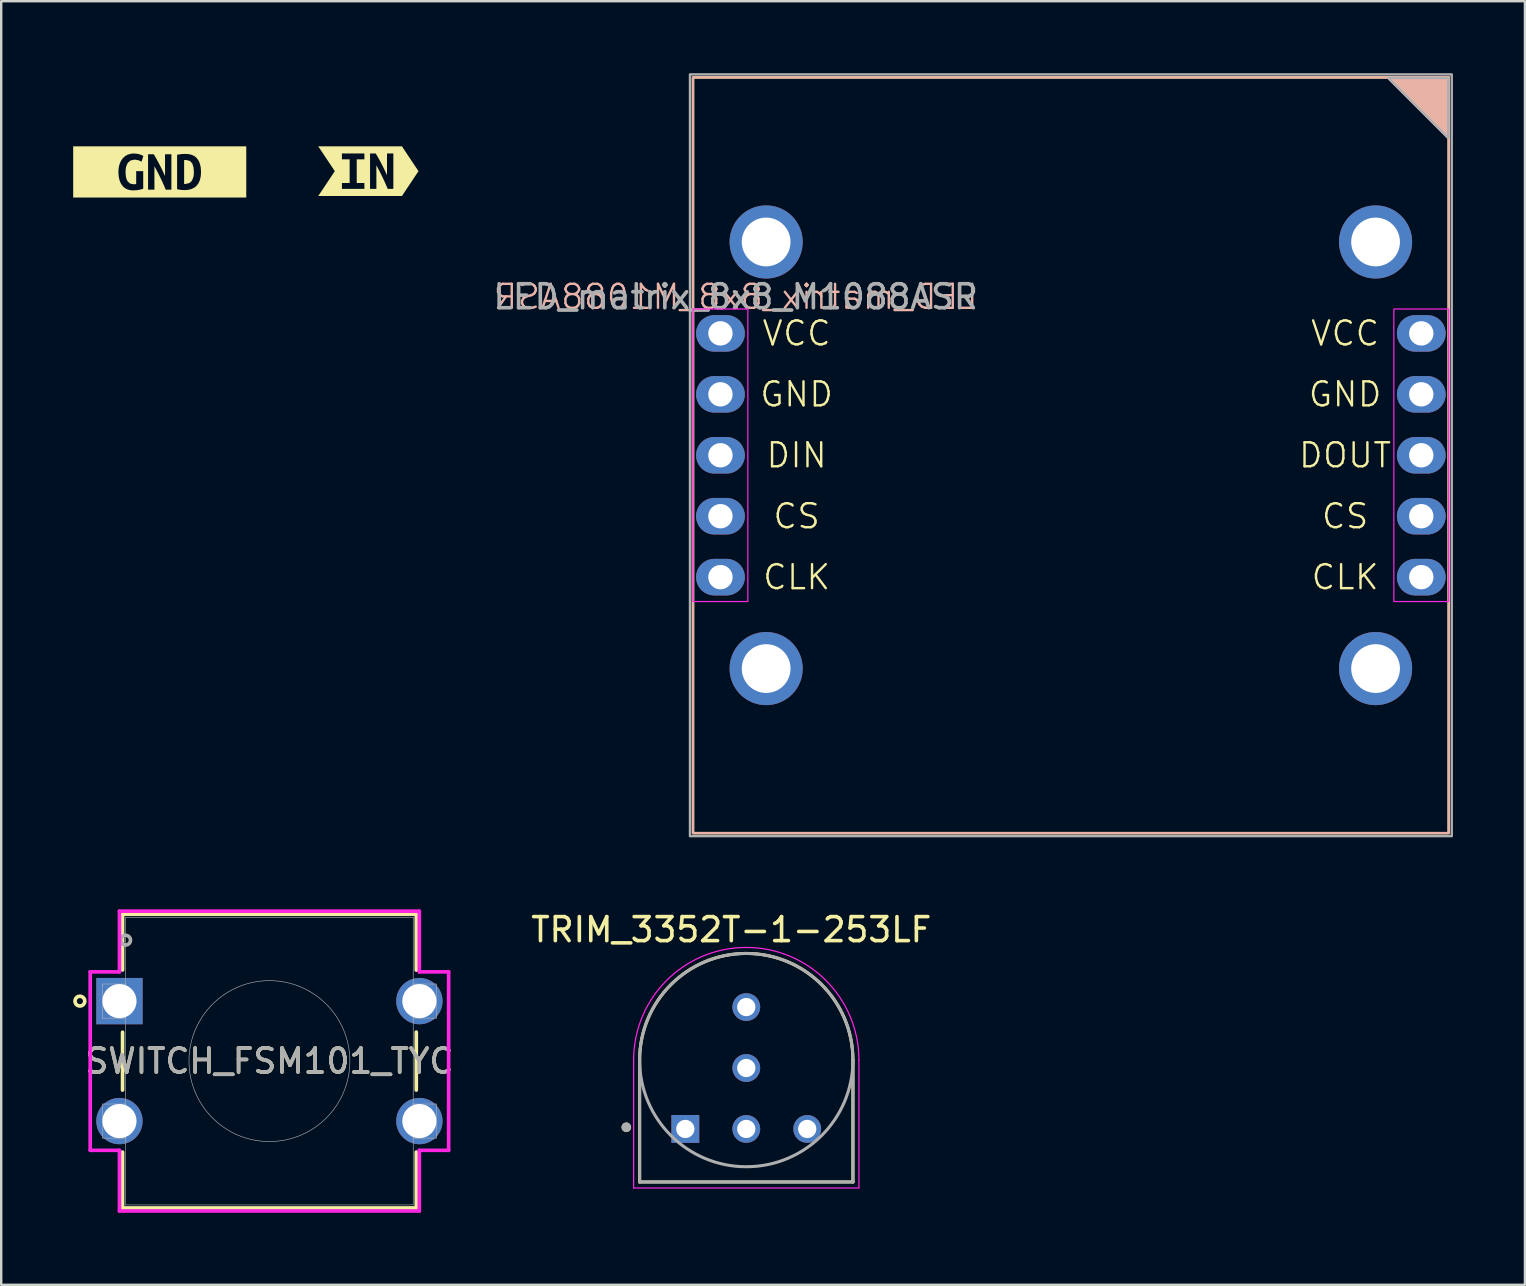
<source format=kicad_pcb>
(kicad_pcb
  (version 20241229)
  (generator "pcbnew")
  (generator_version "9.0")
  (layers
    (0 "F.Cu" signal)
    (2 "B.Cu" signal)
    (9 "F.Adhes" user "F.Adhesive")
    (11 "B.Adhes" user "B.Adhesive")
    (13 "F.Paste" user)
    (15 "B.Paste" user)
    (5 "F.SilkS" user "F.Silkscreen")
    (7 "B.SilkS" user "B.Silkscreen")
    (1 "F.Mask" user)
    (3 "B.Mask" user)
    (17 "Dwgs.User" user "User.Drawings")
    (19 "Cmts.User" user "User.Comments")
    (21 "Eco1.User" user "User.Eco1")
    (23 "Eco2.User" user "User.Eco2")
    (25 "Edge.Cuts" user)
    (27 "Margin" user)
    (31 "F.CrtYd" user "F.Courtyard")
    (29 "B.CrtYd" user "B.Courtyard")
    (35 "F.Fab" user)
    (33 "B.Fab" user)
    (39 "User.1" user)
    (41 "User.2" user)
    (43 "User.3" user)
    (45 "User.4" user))
  (footprint "LED_matrix_8x8_M1088ASR"
    (layer "F.Cu")
    (at 41.582 15.925)
    (property "Reference" "LED_matrix_8x8_M1088ASR" (at -13.97 -6.604 0) (unlocked yes) (layer "F.SilkS") (effects (font (size 1 1) (thickness 0.1))))
    (attr smd)
    (fp_rect (start 15.748 15.748) (end -15.748 -15.748) (stroke (width 0.1) (type default)) (fill no) (layer "F.SilkS"))
    (fp_poly (pts (xy 15.748 -15.748) (xy 15.748 -14.732) (xy 14.732 -15.748)) (stroke (width 0.1) (type solid)) (fill yes) (layer "F.SilkS"))
    (fp_rect (start 15.748 15.748) (end -15.748 -15.748) (stroke (width 0.1) (type default)) (fill no) (layer "B.SilkS"))
    (fp_poly (pts (xy 15.748 -13.208) (xy 15.748 -15.748) (xy 13.208 -15.748)) (stroke (width 0.1) (type solid)) (fill yes) (layer "B.SilkS"))
    (fp_rect (start -15.748 -6.096) (end -13.462 6.096) (stroke (width 0.05) (type default)) (fill no) (layer "F.CrtYd"))
    (fp_rect (start 13.462 -6.096) (end 15.748 6.096) (stroke (width 0.05) (type default)) (fill no) (layer "F.CrtYd"))
    (fp_rect (start 15.875 15.875) (end -15.875 -15.875) (stroke (width 0.1) (type default)) (fill no) (layer "F.Fab"))
    (fp_poly (pts (xy 15.728 -15.728) (xy 15.728 -13.228) (xy 13.228 -15.728)) (stroke (width 0.1) (type solid)) (fill no) (layer "F.Fab"))
    (fp_text user "CLK" (at 11.43 5.08 0) (unlocked yes) (layer "F.SilkS") (effects (font (size 1 1) (thickness 0.1))))
    (fp_text user "VCC" (at -11.43 -5.08 0) (unlocked yes) (layer "F.SilkS") (effects (font (size 1 1) (thickness 0.1))))
    (fp_text user "DOUT" (at 11.43 0 0) (unlocked yes) (layer "F.SilkS") (effects (font (size 1 1) (thickness 0.1))))
    (fp_text user "CLK" (at -11.43 5.08 0) (unlocked yes) (layer "F.SilkS") (effects (font (size 1 1) (thickness 0.1))))
    (fp_text user "DIN" (at -11.43 0 0) (unlocked yes) (layer "F.SilkS") (effects (font (size 1 1) (thickness 0.1))))
    (fp_text user "VCC" (at 11.43 -5.08 0) (unlocked yes) (layer "F.SilkS") (effects (font (size 1 1) (thickness 0.1))))
    (fp_text user "GND" (at 11.43 -2.54 0) (unlocked yes) (layer "F.SilkS") (effects (font (size 1 1) (thickness 0.1))))
    (fp_text user "CS" (at 11.43 2.54 0) (unlocked yes) (layer "F.SilkS") (effects (font (size 1 1) (thickness 0.1))))
    (fp_text user "CS" (at -11.43 2.54 0) (unlocked yes) (layer "F.SilkS") (effects (font (size 1 1) (thickness 0.1))))
    (fp_text user "GND" (at -11.43 -2.54 0) (unlocked yes) (layer "F.SilkS") (effects (font (size 1 1) (thickness 0.1))))
    (fp_text user "${REFERENCE}" (at -13.97 -6.604 0) (unlocked yes) (layer "B.SilkS") (effects (font (size 1 1) (thickness 0.1)) (justify mirror)))
    (fp_text user "${REFERENCE}" (at -13.97 -6.604 0) (unlocked yes) (layer "F.Fab") (effects (font (size 1 1) (thickness 0.15))))
    (pad "" np_thru_hole circle (at -12.7 -8.89) (size 3.048 3.048) (drill 2.032) (layers "*.Cu" "*.Mask"))
    (pad "" np_thru_hole circle (at -12.7 8.89) (size 3.048 3.048) (drill 2.032) (layers "*.Cu" "*.Mask"))
    (pad "" np_thru_hole circle (at 12.7 -8.89) (size 3.048 3.048) (drill 2.032) (layers "*.Cu" "*.Mask"))
    (pad "" np_thru_hole circle (at 12.7 8.89) (size 3.048 3.048) (drill 2.032) (layers "*.Cu" "*.Mask"))
    (pad "CLK" thru_hole oval (at -14.605 5.08 180) (size 2.032 1.524) (drill 1.016) (layers "*.Cu" "*.Mask"))
    (pad "CLK" thru_hole oval (at 14.605 5.08 180) (size 2.032 1.524) (drill 1.016) (layers "*.Cu" "*.Mask"))
    (pad "CS" thru_hole oval (at -14.605 2.54 180) (size 2.032 1.524) (drill 1.016) (layers "*.Cu" "*.Mask"))
    (pad "CS" thru_hole oval (at 14.605 2.54 180) (size 2.032 1.524) (drill 1.016) (layers "*.Cu" "*.Mask"))
    (pad "DIN" thru_hole oval (at -14.605 0 180) (size 2.032 1.524) (drill 1.016) (layers "*.Cu" "*.Mask"))
    (pad "DOUT" thru_hole oval (at 14.605 0 180) (size 2.032 1.524) (drill 1.016) (layers "*.Cu" "*.Mask"))
    (pad "GND" thru_hole oval (at -14.605 -2.54 180) (size 2.032 1.524) (drill 1.016) (layers "*.Cu" "*.Mask"))
    (pad "GND" thru_hole oval (at 14.605 -2.54 180) (size 2.032 1.524) (drill 1.016) (layers "*.Cu" "*.Mask"))
    (pad "VCC" thru_hole oval (at -14.605 -5.08 180) (size 2.032 1.524) (drill 1.016) (layers "*.Cu" "*.Mask"))
    (pad "VCC" thru_hole oval (at 14.605 -5.08 180) (size 2.032 1.524) (drill 1.016) (layers "*.Cu" "*.Mask")))
  (footprint "kibuzzard-6461C7E5"
    (layer "F.Cu")
    (at 3.607 4.116)
    (property "Reference" "kibuzzard-6461C7E5" (at 0 -4.115 0) (layer "F.SilkS") (effects (font (size 0.001 0.001) (thickness 0.15))))
    (attr board_only exclude_from_pos_files exclude_from_bom)
    (fp_poly (pts (xy 1.017 0.5) (xy 1.043 0.502) (xy 1.069 0.502) (xy 1.237 0.464) (xy 1.347 0.36) (xy 1.406 0.201) (xy 1.42 0.105) (xy 1.424 0) (xy 1.41 -0.186) (xy 1.36 -0.345) (xy 1.262 -0.456) (xy 1.103 -0.498) (xy 1.06 -0.496) (xy 1.017 -0.491) (xy 1.017 0.5)) (stroke (width 0) (type solid)) (fill yes) (layer "F.SilkS"))
    (fp_poly (pts (xy -1.722 -1.067) (xy -3.607 -1.067) (xy -3.607 1.067) (xy -1.722 1.067) (xy -1.119 1.067) (xy -1.119 0.769) (xy -1.25 0.757) (xy -1.368 0.72) (xy -1.471 0.66) (xy -1.557 0.575) (xy -1.627 0.467) (xy -1.679 0.335) (xy -1.711 0.179) (xy -1.722 0) (xy -1.709 -0.177) (xy -1.672 -0.332) (xy -1.613 -0.465) (xy -1.536 -0.574) (xy -1.442 -0.659) (xy -1.333 -0.72) (xy -1.213 -0.757) (xy -1.083 -0.769) (xy -0.93 -0.756) (xy -0.812 -0.726) (xy -0.73 -0.691) (xy -0.681 -0.662) (xy -0.757 -0.429) (xy -0.886 -0.488) (xy -1.043 -0.514) (xy -1.219 -0.476) (xy -1.337 -0.37) (xy -1.404 -0.208) (xy -1.419 -0.109) (xy -1.424 0) (xy -1.415 0.161) (xy -1.387 0.291) (xy -1.341 0.389) (xy -1.238 0.483) (xy -1.095 0.514) (xy -1.038 0.512) (xy -0.981 0.505) (xy -0.981 -0.033) (xy -0.688 -0.033) (xy -0.688 0.702) (xy -0.851 0.745) (xy -0.974 0.763) (xy -1.119 0.769) (xy -1.119 1.067) (xy 0.25 1.067) (xy 0.25 0.738) (xy 0.181 0.575) (xy 0.109 0.412) (xy 0.032 0.249) (xy -0.048 0.086) (xy -0.133 -0.077) (xy -0.221 -0.241) (xy -0.221 0.738) (xy -0.486 0.738) (xy -0.486 -0.736) (xy -0.25 -0.736) (xy -0.183 -0.627) (xy -0.117 -0.508) (xy -0.051 -0.386) (xy 0.013 -0.264) (xy 0.074 -0.145) (xy 0.13 -0.029) (xy 0.179 0.079) (xy 0.221 0.171) (xy 0.221 -0.736) (xy 0.486 -0.736) (xy 0.486 0.738) (xy 0.25 0.738) (xy 0.25 1.067) (xy 1.038 1.067) (xy 1.038 0.757) (xy 0.885 0.749) (xy 0.724 0.722) (xy 0.724 -0.717) (xy 0.912 -0.745) (xy 1.076 -0.752) (xy 1.215 -0.742) (xy 1.342 -0.71) (xy 1.453 -0.655) (xy 1.545 -0.575) (xy 1.62 -0.471) (xy 1.675 -0.342) (xy 1.71 -0.185) (xy 1.722 0) (xy 1.709 0.19) (xy 1.67 0.349) (xy 1.609 0.48) (xy 1.529 0.583) (xy 1.43 0.662) (xy 1.313 0.716) (xy 1.182 0.747) (xy 1.038 0.757) (xy 1.038 1.067) (xy 1.722 1.067) (xy 3.607 1.067) (xy 3.607 -1.067) (xy 1.722 -1.067) (xy -1.722 -1.067)) (stroke (width 0) (type solid)) (fill yes) (layer "F.SilkS")))
  (footprint "kibuzzard-6461CA60"
    (layer "F.Cu")
    (at 12.303 4.084)
    (property "Reference" "kibuzzard-6461CA60" (at 0 -4.083 0) (layer "F.SilkS") (effects (font (size 0.001 0.001) (thickness 0.15))))
    (attr board_only exclude_from_pos_files exclude_from_bom)
    (fp_poly (pts (xy -1.102 -1.035) (xy -1.399 -1.035) (xy -2.089 -1.035) (xy -1.399 0) (xy -2.089 1.035) (xy -1.399 1.035) (xy -1.102 1.035) (xy -1.102 0.737) (xy -1.102 0.494) (xy -0.78 0.494) (xy -0.78 -0.494) (xy -1.102 -0.494) (xy -1.102 -0.737) (xy -0.166 -0.737) (xy -0.166 -0.494) (xy -0.485 -0.494) (xy -0.485 0.494) (xy -0.166 0.494) (xy -0.166 0.737) (xy -1.102 0.737) (xy -1.102 1.035) (xy 0.806 1.035) (xy 0.806 0.737) (xy 0.737 0.574) (xy 0.664 0.411) (xy 0.588 0.248) (xy 0.507 0.085) (xy 0.423 -0.078) (xy 0.334 -0.242) (xy 0.334 0.737) (xy 0.07 0.737) (xy 0.07 -0.737) (xy 0.305 -0.737) (xy 0.372 -0.628) (xy 0.439 -0.51) (xy 0.505 -0.387) (xy 0.569 -0.266) (xy 0.629 -0.146) (xy 0.685 -0.03) (xy 0.735 0.077) (xy 0.777 0.17) (xy 0.777 -0.737) (xy 1.041 -0.737) (xy 1.041 0.737) (xy 0.806 0.737) (xy 0.806 1.035) (xy 1.102 1.035) (xy 1.399 1.035) (xy 2.089 0) (xy 1.399 -1.035) (xy 1.102 -1.035) (xy -1.102 -1.035)) (stroke (width 0) (type solid)) (fill yes) (layer "F.SilkS")))
  (footprint "TRIM_3352T-1-253LF"
    (layer "F.Cu")
    (at 28.054 41.133)
    (property "Reference" "TRIM_3352T-1-253LF" (at -0.625 -5.435 0) (layer "F.SilkS") (effects (font (size 1 1) (thickness 0.15))))
    (attr through_hole)
    (fp_line (start -4.445 0) (end -4.445 5.08) (stroke (width 0.127) (type solid)) (layer "F.SilkS"))
    (fp_line (start -4.445 5.08) (end 4.445 5.08) (stroke (width 0.127) (type solid)) (layer "F.SilkS"))
    (fp_line (start 4.445 0) (end 4.445 5.08) (stroke (width 0.127) (type solid)) (layer "F.SilkS"))
    (fp_arc (start -4.445 0) (mid 0 -4.445) (end 4.445 0) (stroke (width 0.127) (type solid)) (layer "F.SilkS"))
    (fp_circle (center -5 2.8) (end -4.9 2.8) (stroke (width 0.2) (type solid)) (fill no) (layer "F.SilkS"))
    (fp_line (start -4.695 0) (end -4.695 5.33) (stroke (width 0.05) (type solid)) (layer "F.CrtYd"))
    (fp_line (start -4.695 5.33) (end 4.695 5.33) (stroke (width 0.05) (type solid)) (layer "F.CrtYd"))
    (fp_line (start 4.695 5.33) (end 4.695 0) (stroke (width 0.05) (type solid)) (layer "F.CrtYd"))
    (fp_arc (start -4.695 0) (mid 0 -4.695) (end 4.695 0) (stroke (width 0.05) (type solid)) (layer "F.CrtYd"))
    (fp_line (start -4.445 0) (end -4.445 5.08) (stroke (width 0.127) (type solid)) (layer "F.Fab"))
    (fp_line (start -4.445 5.08) (end 4.445 5.08) (stroke (width 0.127) (type solid)) (layer "F.Fab"))
    (fp_line (start 4.445 5.08) (end 4.445 0) (stroke (width 0.127) (type solid)) (layer "F.Fab"))
    (fp_circle (center -5 2.8) (end -4.9 2.8) (stroke (width 0.2) (type solid)) (fill no) (layer "F.Fab"))
    (fp_circle (center 0 0) (end 4.445 0) (stroke (width 0.127) (type solid)) (fill no) (layer "F.Fab"))
    (pad "1" thru_hole rect (at -2.54 2.87) (size 1.16 1.16) (drill 0.76) (layers "*.Cu" "*.Mask"))
    (pad "2" thru_hole circle (at 0 -2.21) (size 1.16 1.16) (drill 0.76) (layers "*.Cu" "*.Mask"))
    (pad "2" thru_hole circle (at 0 0.33) (size 1.16 1.16) (drill 0.76) (layers "*.Cu" "*.Mask"))
    (pad "2" thru_hole circle (at 0 2.87) (size 1.16 1.16) (drill 0.76) (layers "*.Cu" "*.Mask"))
    (pad "3" thru_hole circle (at 2.54 2.87) (size 1.16 1.16) (drill 0.76) (layers "*.Cu" "*.Mask")))
  (footprint "SWITCH_FSM101_TYC"
    (layer "F.Cu")
    (at 1.929 38.675)
    (property "Reference" "SWITCH_FSM101_TYC" (at 6.25 2.5 0) (unlocked yes) (layer "F.SilkS") (effects (font (size 1 1) (thickness 0.15))))
    (attr through_hole)
    (fp_line (start 0.129 -3.621) (end 0.129 -1.298) (stroke (width 0.152) (type solid)) (layer "F.SilkS"))
    (fp_line (start 0.129 1.298) (end 0.129 3.708) (stroke (width 0.152) (type solid)) (layer "F.SilkS"))
    (fp_line (start 0.129 6.292) (end 0.129 8.621) (stroke (width 0.152) (type solid)) (layer "F.SilkS"))
    (fp_line (start 0.129 8.621) (end 12.371 8.621) (stroke (width 0.152) (type solid)) (layer "F.SilkS"))
    (fp_line (start 12.371 -3.621) (end 0.129 -3.621) (stroke (width 0.152) (type solid)) (layer "F.SilkS"))
    (fp_line (start 12.371 -1.292) (end 12.371 -3.621) (stroke (width 0.152) (type solid)) (layer "F.SilkS"))
    (fp_line (start 12.371 3.708) (end 12.371 1.292) (stroke (width 0.152) (type solid)) (layer "F.SilkS"))
    (fp_line (start 12.371 8.621) (end 12.371 6.292) (stroke (width 0.152) (type solid)) (layer "F.SilkS"))
    (fp_circle (center -1.649 0) (end -1.446 0) (stroke (width 0.152) (type solid)) (fill no) (layer "F.SilkS"))
    (fp_line (start -1.219 -1.219) (end 0 -1.219) (stroke (width 0.152) (type solid)) (layer "F.CrtYd"))
    (fp_line (start -1.219 6.219) (end -1.219 -1.219) (stroke (width 0.152) (type solid)) (layer "F.CrtYd"))
    (fp_line (start -1.219 6.219) (end 0 6.219) (stroke (width 0.152) (type solid)) (layer "F.CrtYd"))
    (fp_line (start 0 -3.748) (end 12.498 -3.748) (stroke (width 0.152) (type solid)) (layer "F.CrtYd"))
    (fp_line (start 0 -1.219) (end 0 -3.748) (stroke (width 0.152) (type solid)) (layer "F.CrtYd"))
    (fp_line (start 0 8.748) (end 0 6.219) (stroke (width 0.152) (type solid)) (layer "F.CrtYd"))
    (fp_line (start 12.498 -3.748) (end 12.498 -1.219) (stroke (width 0.152) (type solid)) (layer "F.CrtYd"))
    (fp_line (start 12.498 6.219) (end 12.498 8.748) (stroke (width 0.152) (type solid)) (layer "F.CrtYd"))
    (fp_line (start 12.498 8.748) (end 0 8.748) (stroke (width 0.152) (type solid)) (layer "F.CrtYd"))
    (fp_line (start 13.719 -1.219) (end 12.498 -1.219) (stroke (width 0.152) (type solid)) (layer "F.CrtYd"))
    (fp_line (start 13.719 -1.219) (end 13.719 6.219) (stroke (width 0.152) (type solid)) (layer "F.CrtYd"))
    (fp_line (start 13.719 6.219) (end 12.498 6.219) (stroke (width 0.152) (type solid)) (layer "F.CrtYd"))
    (fp_line (start -0.711 -0.711) (end -0.711 0.711) (stroke (width 0.025) (type solid)) (layer "F.Fab"))
    (fp_line (start -0.711 0.711) (end 0.256 0.711) (stroke (width 0.025) (type solid)) (layer "F.Fab"))
    (fp_line (start -0.711 4.289) (end -0.711 5.711) (stroke (width 0.025) (type solid)) (layer "F.Fab"))
    (fp_line (start -0.711 5.711) (end 0.256 5.711) (stroke (width 0.025) (type solid)) (layer "F.Fab"))
    (fp_line (start 0.256 -3.494) (end 0.256 8.494) (stroke (width 0.025) (type solid)) (layer "F.Fab"))
    (fp_line (start 0.256 -0.711) (end -0.711 -0.711) (stroke (width 0.025) (type solid)) (layer "F.Fab"))
    (fp_line (start 0.256 0.711) (end 0.256 -0.711) (stroke (width 0.025) (type solid)) (layer "F.Fab"))
    (fp_line (start 0.256 4.289) (end -0.711 4.289) (stroke (width 0.025) (type solid)) (layer "F.Fab"))
    (fp_line (start 0.256 5.711) (end 0.256 4.289) (stroke (width 0.025) (type solid)) (layer "F.Fab"))
    (fp_line (start 0.256 8.494) (end 12.244 8.494) (stroke (width 0.025) (type solid)) (layer "F.Fab"))
    (fp_line (start 12.244 -3.494) (end 0.256 -3.494) (stroke (width 0.025) (type solid)) (layer "F.Fab"))
    (fp_line (start 12.244 -0.711) (end 12.244 0.711) (stroke (width 0.025) (type solid)) (layer "F.Fab"))
    (fp_line (start 12.244 0.711) (end 13.211 0.711) (stroke (width 0.025) (type solid)) (layer "F.Fab"))
    (fp_line (start 12.244 4.289) (end 12.244 5.711) (stroke (width 0.025) (type solid)) (layer "F.Fab"))
    (fp_line (start 12.244 5.711) (end 13.211 5.711) (stroke (width 0.025) (type solid)) (layer "F.Fab"))
    (fp_line (start 12.244 8.494) (end 12.244 -3.494) (stroke (width 0.025) (type solid)) (layer "F.Fab"))
    (fp_line (start 13.211 -0.711) (end 12.244 -0.711) (stroke (width 0.025) (type solid)) (layer "F.Fab"))
    (fp_line (start 13.211 0.711) (end 13.211 -0.711) (stroke (width 0.025) (type solid)) (layer "F.Fab"))
    (fp_line (start 13.211 4.289) (end 12.244 4.289) (stroke (width 0.025) (type solid)) (layer "F.Fab"))
    (fp_line (start 13.211 5.711) (end 13.211 4.289) (stroke (width 0.025) (type solid)) (layer "F.Fab"))
    (fp_circle (center 0.256 -2.54) (end 0.459 -2.54) (stroke (width 0.152) (type solid)) (fill no) (layer "F.Fab"))
    (fp_circle (center 6.25 2.5) (end 9.603 2.5) (stroke (width 0.025) (type solid)) (fill no) (layer "F.Fab"))
    (fp_text user "${REFERENCE}" (at 6.25 2.5 0) (unlocked yes) (layer "F.Fab") (effects (font (size 1 1) (thickness 0.15))))
    (pad "1" thru_hole rect (at 0 0) (size 1.93 1.93) (drill 1.422) (layers "*.Cu" "*.Mask"))
    (pad "2" thru_hole circle (at 0 5) (size 1.93 1.93) (drill 1.422) (layers "*.Cu" "*.Mask"))
    (pad "3" thru_hole circle (at 12.5 5) (size 1.93 1.93) (drill 1.422) (layers "*.Cu" "*.Mask"))
    (pad "4" thru_hole circle (at 12.5 0) (size 1.93 1.93) (drill 1.422) (layers "*.Cu" "*.Mask")))
  (gr_rect
    (start -3 -3)
    (end 60.507 50.499)
    (stroke (width 0.1) (type default))
    (fill no)
    (layer "Edge.Cuts")))
</source>
